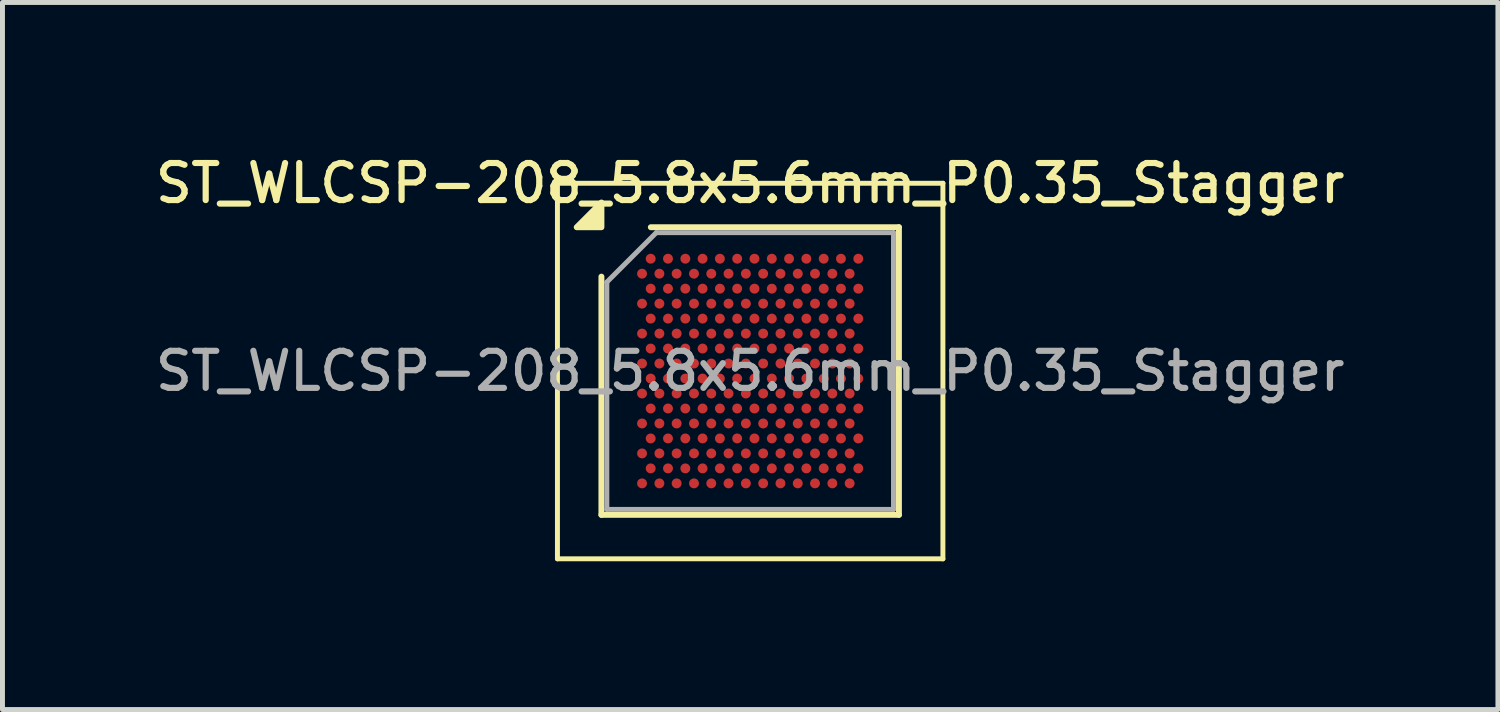
<source format=kicad_pcb>
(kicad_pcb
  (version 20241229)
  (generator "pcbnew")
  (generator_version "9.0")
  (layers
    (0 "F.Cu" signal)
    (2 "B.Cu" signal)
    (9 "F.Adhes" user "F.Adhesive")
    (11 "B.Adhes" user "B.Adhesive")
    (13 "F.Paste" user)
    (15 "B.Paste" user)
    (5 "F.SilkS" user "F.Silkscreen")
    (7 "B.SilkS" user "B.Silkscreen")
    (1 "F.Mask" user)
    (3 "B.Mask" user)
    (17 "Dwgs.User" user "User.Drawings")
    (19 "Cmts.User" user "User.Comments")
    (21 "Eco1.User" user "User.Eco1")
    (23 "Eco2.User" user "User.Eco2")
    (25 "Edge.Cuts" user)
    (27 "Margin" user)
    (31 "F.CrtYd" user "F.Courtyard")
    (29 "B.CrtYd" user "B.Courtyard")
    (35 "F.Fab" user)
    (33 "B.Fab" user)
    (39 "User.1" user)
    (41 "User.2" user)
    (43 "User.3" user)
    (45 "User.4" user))
  (footprint "ST_WLCSP-208_5.8x5.6mm_P0.35_Stagger"
    (layer "F.Cu")
    (at 12.13 4.458)
    (property "Reference" "ST_WLCSP-208_5.8x5.6mm_P0.35_Stagger" (at 0 -3.8 0) (layer "F.SilkS") (effects (font (size 0.75 0.75) (thickness 0.125))))
    (attr smd)
    (fp_line (start -3.9 -3.8) (end -3.9 3.8) (stroke (width 0.1) (type solid)) (layer "F.SilkS"))
    (fp_line (start -3.9 3.8) (end 3.9 3.8) (stroke (width 0.1) (type solid)) (layer "F.SilkS"))
    (fp_line (start -3.01 2.91) (end -3.01 -1.91) (stroke (width 0.12) (type solid)) (layer "F.SilkS"))
    (fp_line (start -2.01 -2.91) (end 3.01 -2.91) (stroke (width 0.12) (type solid)) (layer "F.SilkS"))
    (fp_line (start 3.01 -2.91) (end 3.01 2.91) (stroke (width 0.12) (type solid)) (layer "F.SilkS"))
    (fp_line (start 3.01 2.91) (end -3.01 2.91) (stroke (width 0.12) (type solid)) (layer "F.SilkS"))
    (fp_line (start 3.9 -3.8) (end -3.9 -3.8) (stroke (width 0.1) (type solid)) (layer "F.SilkS"))
    (fp_line (start 3.9 3.8) (end 3.9 -3.8) (stroke (width 0.1) (type solid)) (layer "F.SilkS"))
    (fp_poly (pts (xy -3.01 -2.91) (xy -3.51 -2.91) (xy -3.01 -3.41) (xy -3.01 -2.91)) (stroke (width 0.12) (type solid)) (fill yes) (layer "F.SilkS"))
    (fp_line (start -2.9 -1.8) (end -1.9 -2.8) (stroke (width 0.1) (type solid)) (layer "F.Fab"))
    (fp_line (start -2.9 2.8) (end -2.9 -1.8) (stroke (width 0.1) (type solid)) (layer "F.Fab"))
    (fp_line (start -1.9 -2.8) (end 2.9 -2.8) (stroke (width 0.1) (type solid)) (layer "F.Fab"))
    (fp_line (start 2.9 -2.8) (end 2.9 2.8) (stroke (width 0.1) (type solid)) (layer "F.Fab"))
    (fp_line (start 2.9 2.8) (end -2.9 2.8) (stroke (width 0.1) (type solid)) (layer "F.Fab"))
    (fp_text user "${REFERENCE}" (at 0 0 0) (layer "F.Fab") (effects (font (size 0.75 0.75) (thickness 0.125))))
    (pad "A2" smd circle (at -2.013 -2.273) (size 0.2 0.2) (property pad_prop_bga) (layers "F.Cu" "F.Mask" "F.Paste"))
    (pad "A4" smd circle (at -1.663 -2.273) (size 0.2 0.2) (property pad_prop_bga) (layers "F.Cu" "F.Mask" "F.Paste"))
    (pad "A6" smd circle (at -1.312 -2.273) (size 0.2 0.2) (property pad_prop_bga) (layers "F.Cu" "F.Mask" "F.Paste"))
    (pad "A8" smd circle (at -0.963 -2.273) (size 0.2 0.2) (property pad_prop_bga) (layers "F.Cu" "F.Mask" "F.Paste"))
    (pad "A10" smd circle (at -0.613 -2.273) (size 0.2 0.2) (property pad_prop_bga) (layers "F.Cu" "F.Mask" "F.Paste"))
    (pad "A12" smd circle (at -0.263 -2.273) (size 0.2 0.2) (property pad_prop_bga) (layers "F.Cu" "F.Mask" "F.Paste"))
    (pad "A14" smd circle (at 0.087 -2.273) (size 0.2 0.2) (property pad_prop_bga) (layers "F.Cu" "F.Mask" "F.Paste"))
    (pad "A16" smd circle (at 0.438 -2.273) (size 0.2 0.2) (property pad_prop_bga) (layers "F.Cu" "F.Mask" "F.Paste"))
    (pad "A18" smd circle (at 0.787 -2.273) (size 0.2 0.2) (property pad_prop_bga) (layers "F.Cu" "F.Mask" "F.Paste"))
    (pad "A20" smd circle (at 1.137 -2.273) (size 0.2 0.2) (property pad_prop_bga) (layers "F.Cu" "F.Mask" "F.Paste"))
    (pad "A22" smd circle (at 1.488 -2.273) (size 0.2 0.2) (property pad_prop_bga) (layers "F.Cu" "F.Mask" "F.Paste"))
    (pad "A24" smd circle (at 1.837 -2.273) (size 0.2 0.2) (property pad_prop_bga) (layers "F.Cu" "F.Mask" "F.Paste"))
    (pad "A26" smd circle (at 2.188 -2.273) (size 0.2 0.2) (property pad_prop_bga) (layers "F.Cu" "F.Mask" "F.Paste"))
    (pad "B1" smd circle (at -2.188 -1.97) (size 0.2 0.2) (property pad_prop_bga) (layers "F.Cu" "F.Mask" "F.Paste"))
    (pad "B3" smd circle (at -1.837 -1.97) (size 0.2 0.2) (property pad_prop_bga) (layers "F.Cu" "F.Mask" "F.Paste"))
    (pad "B5" smd circle (at -1.488 -1.97) (size 0.2 0.2) (property pad_prop_bga) (layers "F.Cu" "F.Mask" "F.Paste"))
    (pad "B7" smd circle (at -1.137 -1.97) (size 0.2 0.2) (property pad_prop_bga) (layers "F.Cu" "F.Mask" "F.Paste"))
    (pad "B9" smd circle (at -0.787 -1.97) (size 0.2 0.2) (property pad_prop_bga) (layers "F.Cu" "F.Mask" "F.Paste"))
    (pad "B11" smd circle (at -0.438 -1.97) (size 0.2 0.2) (property pad_prop_bga) (layers "F.Cu" "F.Mask" "F.Paste"))
    (pad "B13" smd circle (at -0.087 -1.97) (size 0.2 0.2) (property pad_prop_bga) (layers "F.Cu" "F.Mask" "F.Paste"))
    (pad "B15" smd circle (at 0.263 -1.97) (size 0.2 0.2) (property pad_prop_bga) (layers "F.Cu" "F.Mask" "F.Paste"))
    (pad "B17" smd circle (at 0.613 -1.97) (size 0.2 0.2) (property pad_prop_bga) (layers "F.Cu" "F.Mask" "F.Paste"))
    (pad "B19" smd circle (at 0.963 -1.97) (size 0.2 0.2) (property pad_prop_bga) (layers "F.Cu" "F.Mask" "F.Paste"))
    (pad "B21" smd circle (at 1.312 -1.97) (size 0.2 0.2) (property pad_prop_bga) (layers "F.Cu" "F.Mask" "F.Paste"))
    (pad "B23" smd circle (at 1.663 -1.97) (size 0.2 0.2) (property pad_prop_bga) (layers "F.Cu" "F.Mask" "F.Paste"))
    (pad "B25" smd circle (at 2.013 -1.97) (size 0.2 0.2) (property pad_prop_bga) (layers "F.Cu" "F.Mask" "F.Paste"))
    (pad "C2" smd circle (at -2.013 -1.667) (size 0.2 0.2) (property pad_prop_bga) (layers "F.Cu" "F.Mask" "F.Paste"))
    (pad "C4" smd circle (at -1.663 -1.667) (size 0.2 0.2) (property pad_prop_bga) (layers "F.Cu" "F.Mask" "F.Paste"))
    (pad "C6" smd circle (at -1.312 -1.667) (size 0.2 0.2) (property pad_prop_bga) (layers "F.Cu" "F.Mask" "F.Paste"))
    (pad "C8" smd circle (at -0.963 -1.667) (size 0.2 0.2) (property pad_prop_bga) (layers "F.Cu" "F.Mask" "F.Paste"))
    (pad "C10" smd circle (at -0.613 -1.667) (size 0.2 0.2) (property pad_prop_bga) (layers "F.Cu" "F.Mask" "F.Paste"))
    (pad "C12" smd circle (at -0.263 -1.667) (size 0.2 0.2) (property pad_prop_bga) (layers "F.Cu" "F.Mask" "F.Paste"))
    (pad "C14" smd circle (at 0.087 -1.667) (size 0.2 0.2) (property pad_prop_bga) (layers "F.Cu" "F.Mask" "F.Paste"))
    (pad "C16" smd circle (at 0.438 -1.667) (size 0.2 0.2) (property pad_prop_bga) (layers "F.Cu" "F.Mask" "F.Paste"))
    (pad "C18" smd circle (at 0.787 -1.667) (size 0.2 0.2) (property pad_prop_bga) (layers "F.Cu" "F.Mask" "F.Paste"))
    (pad "C20" smd circle (at 1.137 -1.667) (size 0.2 0.2) (property pad_prop_bga) (layers "F.Cu" "F.Mask" "F.Paste"))
    (pad "C22" smd circle (at 1.488 -1.667) (size 0.2 0.2) (property pad_prop_bga) (layers "F.Cu" "F.Mask" "F.Paste"))
    (pad "C24" smd circle (at 1.837 -1.667) (size 0.2 0.2) (property pad_prop_bga) (layers "F.Cu" "F.Mask" "F.Paste"))
    (pad "C26" smd circle (at 2.188 -1.667) (size 0.2 0.2) (property pad_prop_bga) (layers "F.Cu" "F.Mask" "F.Paste"))
    (pad "D1" smd circle (at -2.188 -1.364) (size 0.2 0.2) (property pad_prop_bga) (layers "F.Cu" "F.Mask" "F.Paste"))
    (pad "D3" smd circle (at -1.837 -1.364) (size 0.2 0.2) (property pad_prop_bga) (layers "F.Cu" "F.Mask" "F.Paste"))
    (pad "D5" smd circle (at -1.488 -1.364) (size 0.2 0.2) (property pad_prop_bga) (layers "F.Cu" "F.Mask" "F.Paste"))
    (pad "D7" smd circle (at -1.137 -1.364) (size 0.2 0.2) (property pad_prop_bga) (layers "F.Cu" "F.Mask" "F.Paste"))
    (pad "D9" smd circle (at -0.787 -1.364) (size 0.2 0.2) (property pad_prop_bga) (layers "F.Cu" "F.Mask" "F.Paste"))
    (pad "D11" smd circle (at -0.438 -1.364) (size 0.2 0.2) (property pad_prop_bga) (layers "F.Cu" "F.Mask" "F.Paste"))
    (pad "D13" smd circle (at -0.087 -1.364) (size 0.2 0.2) (property pad_prop_bga) (layers "F.Cu" "F.Mask" "F.Paste"))
    (pad "D15" smd circle (at 0.263 -1.364) (size 0.2 0.2) (property pad_prop_bga) (layers "F.Cu" "F.Mask" "F.Paste"))
    (pad "D17" smd circle (at 0.613 -1.364) (size 0.2 0.2) (property pad_prop_bga) (layers "F.Cu" "F.Mask" "F.Paste"))
    (pad "D19" smd circle (at 0.963 -1.364) (size 0.2 0.2) (property pad_prop_bga) (layers "F.Cu" "F.Mask" "F.Paste"))
    (pad "D21" smd circle (at 1.312 -1.364) (size 0.2 0.2) (property pad_prop_bga) (layers "F.Cu" "F.Mask" "F.Paste"))
    (pad "D23" smd circle (at 1.663 -1.364) (size 0.2 0.2) (property pad_prop_bga) (layers "F.Cu" "F.Mask" "F.Paste"))
    (pad "D25" smd circle (at 2.013 -1.364) (size 0.2 0.2) (property pad_prop_bga) (layers "F.Cu" "F.Mask" "F.Paste"))
    (pad "E2" smd circle (at -2.013 -1.061) (size 0.2 0.2) (property pad_prop_bga) (layers "F.Cu" "F.Mask" "F.Paste"))
    (pad "E4" smd circle (at -1.663 -1.061) (size 0.2 0.2) (property pad_prop_bga) (layers "F.Cu" "F.Mask" "F.Paste"))
    (pad "E6" smd circle (at -1.312 -1.061) (size 0.2 0.2) (property pad_prop_bga) (layers "F.Cu" "F.Mask" "F.Paste"))
    (pad "E8" smd circle (at -0.963 -1.061) (size 0.2 0.2) (property pad_prop_bga) (layers "F.Cu" "F.Mask" "F.Paste"))
    (pad "E10" smd circle (at -0.613 -1.061) (size 0.2 0.2) (property pad_prop_bga) (layers "F.Cu" "F.Mask" "F.Paste"))
    (pad "E12" smd circle (at -0.263 -1.061) (size 0.2 0.2) (property pad_prop_bga) (layers "F.Cu" "F.Mask" "F.Paste"))
    (pad "E14" smd circle (at 0.087 -1.061) (size 0.2 0.2) (property pad_prop_bga) (layers "F.Cu" "F.Mask" "F.Paste"))
    (pad "E16" smd circle (at 0.438 -1.061) (size 0.2 0.2) (property pad_prop_bga) (layers "F.Cu" "F.Mask" "F.Paste"))
    (pad "E18" smd circle (at 0.787 -1.061) (size 0.2 0.2) (property pad_prop_bga) (layers "F.Cu" "F.Mask" "F.Paste"))
    (pad "E20" smd circle (at 1.137 -1.061) (size 0.2 0.2) (property pad_prop_bga) (layers "F.Cu" "F.Mask" "F.Paste"))
    (pad "E22" smd circle (at 1.488 -1.061) (size 0.2 0.2) (property pad_prop_bga) (layers "F.Cu" "F.Mask" "F.Paste"))
    (pad "E24" smd circle (at 1.837 -1.061) (size 0.2 0.2) (property pad_prop_bga) (layers "F.Cu" "F.Mask" "F.Paste"))
    (pad "E26" smd circle (at 2.188 -1.061) (size 0.2 0.2) (property pad_prop_bga) (layers "F.Cu" "F.Mask" "F.Paste"))
    (pad "F1" smd circle (at -2.188 -0.758) (size 0.2 0.2) (property pad_prop_bga) (layers "F.Cu" "F.Mask" "F.Paste"))
    (pad "F3" smd circle (at -1.837 -0.758) (size 0.2 0.2) (property pad_prop_bga) (layers "F.Cu" "F.Mask" "F.Paste"))
    (pad "F5" smd circle (at -1.488 -0.758) (size 0.2 0.2) (property pad_prop_bga) (layers "F.Cu" "F.Mask" "F.Paste"))
    (pad "F7" smd circle (at -1.137 -0.758) (size 0.2 0.2) (property pad_prop_bga) (layers "F.Cu" "F.Mask" "F.Paste"))
    (pad "F9" smd circle (at -0.787 -0.758) (size 0.2 0.2) (property pad_prop_bga) (layers "F.Cu" "F.Mask" "F.Paste"))
    (pad "F11" smd circle (at -0.438 -0.758) (size 0.2 0.2) (property pad_prop_bga) (layers "F.Cu" "F.Mask" "F.Paste"))
    (pad "F13" smd circle (at -0.087 -0.758) (size 0.2 0.2) (property pad_prop_bga) (layers "F.Cu" "F.Mask" "F.Paste"))
    (pad "F15" smd circle (at 0.263 -0.758) (size 0.2 0.2) (property pad_prop_bga) (layers "F.Cu" "F.Mask" "F.Paste"))
    (pad "F17" smd circle (at 0.613 -0.758) (size 0.2 0.2) (property pad_prop_bga) (layers "F.Cu" "F.Mask" "F.Paste"))
    (pad "F19" smd circle (at 0.963 -0.758) (size 0.2 0.2) (property pad_prop_bga) (layers "F.Cu" "F.Mask" "F.Paste"))
    (pad "F21" smd circle (at 1.312 -0.758) (size 0.2 0.2) (property pad_prop_bga) (layers "F.Cu" "F.Mask" "F.Paste"))
    (pad "F23" smd circle (at 1.663 -0.758) (size 0.2 0.2) (property pad_prop_bga) (layers "F.Cu" "F.Mask" "F.Paste"))
    (pad "F25" smd circle (at 2.013 -0.758) (size 0.2 0.2) (property pad_prop_bga) (layers "F.Cu" "F.Mask" "F.Paste"))
    (pad "G2" smd circle (at -2.013 -0.455) (size 0.2 0.2) (property pad_prop_bga) (layers "F.Cu" "F.Mask" "F.Paste"))
    (pad "G4" smd circle (at -1.663 -0.455) (size 0.2 0.2) (property pad_prop_bga) (layers "F.Cu" "F.Mask" "F.Paste"))
    (pad "G6" smd circle (at -1.312 -0.455) (size 0.2 0.2) (property pad_prop_bga) (layers "F.Cu" "F.Mask" "F.Paste"))
    (pad "G8" smd circle (at -0.963 -0.455) (size 0.2 0.2) (property pad_prop_bga) (layers "F.Cu" "F.Mask" "F.Paste"))
    (pad "G10" smd circle (at -0.613 -0.455) (size 0.2 0.2) (property pad_prop_bga) (layers "F.Cu" "F.Mask" "F.Paste"))
    (pad "G12" smd circle (at -0.263 -0.455) (size 0.2 0.2) (property pad_prop_bga) (layers "F.Cu" "F.Mask" "F.Paste"))
    (pad "G14" smd circle (at 0.087 -0.455) (size 0.2 0.2) (property pad_prop_bga) (layers "F.Cu" "F.Mask" "F.Paste"))
    (pad "G16" smd circle (at 0.438 -0.455) (size 0.2 0.2) (property pad_prop_bga) (layers "F.Cu" "F.Mask" "F.Paste"))
    (pad "G18" smd circle (at 0.787 -0.455) (size 0.2 0.2) (property pad_prop_bga) (layers "F.Cu" "F.Mask" "F.Paste"))
    (pad "G20" smd circle (at 1.137 -0.455) (size 0.2 0.2) (property pad_prop_bga) (layers "F.Cu" "F.Mask" "F.Paste"))
    (pad "G22" smd circle (at 1.488 -0.455) (size 0.2 0.2) (property pad_prop_bga) (layers "F.Cu" "F.Mask" "F.Paste"))
    (pad "G24" smd circle (at 1.837 -0.455) (size 0.2 0.2) (property pad_prop_bga) (layers "F.Cu" "F.Mask" "F.Paste"))
    (pad "G26" smd circle (at 2.188 -0.455) (size 0.2 0.2) (property pad_prop_bga) (layers "F.Cu" "F.Mask" "F.Paste"))
    (pad "H1" smd circle (at -2.188 -0.152) (size 0.2 0.2) (property pad_prop_bga) (layers "F.Cu" "F.Mask" "F.Paste"))
    (pad "H3" smd circle (at -1.837 -0.152) (size 0.2 0.2) (property pad_prop_bga) (layers "F.Cu" "F.Mask" "F.Paste"))
    (pad "H5" smd circle (at -1.488 -0.152) (size 0.2 0.2) (property pad_prop_bga) (layers "F.Cu" "F.Mask" "F.Paste"))
    (pad "H7" smd circle (at -1.137 -0.152) (size 0.2 0.2) (property pad_prop_bga) (layers "F.Cu" "F.Mask" "F.Paste"))
    (pad "H9" smd circle (at -0.787 -0.152) (size 0.2 0.2) (property pad_prop_bga) (layers "F.Cu" "F.Mask" "F.Paste"))
    (pad "H11" smd circle (at -0.438 -0.152) (size 0.2 0.2) (property pad_prop_bga) (layers "F.Cu" "F.Mask" "F.Paste"))
    (pad "H13" smd circle (at -0.087 -0.152) (size 0.2 0.2) (property pad_prop_bga) (layers "F.Cu" "F.Mask" "F.Paste"))
    (pad "H15" smd circle (at 0.263 -0.152) (size 0.2 0.2) (property pad_prop_bga) (layers "F.Cu" "F.Mask" "F.Paste"))
    (pad "H17" smd circle (at 0.613 -0.152) (size 0.2 0.2) (property pad_prop_bga) (layers "F.Cu" "F.Mask" "F.Paste"))
    (pad "H19" smd circle (at 0.963 -0.152) (size 0.2 0.2) (property pad_prop_bga) (layers "F.Cu" "F.Mask" "F.Paste"))
    (pad "H21" smd circle (at 1.312 -0.152) (size 0.2 0.2) (property pad_prop_bga) (layers "F.Cu" "F.Mask" "F.Paste"))
    (pad "H23" smd circle (at 1.663 -0.152) (size 0.2 0.2) (property pad_prop_bga) (layers "F.Cu" "F.Mask" "F.Paste"))
    (pad "H25" smd circle (at 2.013 -0.152) (size 0.2 0.2) (property pad_prop_bga) (layers "F.Cu" "F.Mask" "F.Paste"))
    (pad "J2" smd circle (at -2.013 0.152) (size 0.2 0.2) (property pad_prop_bga) (layers "F.Cu" "F.Mask" "F.Paste"))
    (pad "J4" smd circle (at -1.663 0.152) (size 0.2 0.2) (property pad_prop_bga) (layers "F.Cu" "F.Mask" "F.Paste"))
    (pad "J6" smd circle (at -1.312 0.152) (size 0.2 0.2) (property pad_prop_bga) (layers "F.Cu" "F.Mask" "F.Paste"))
    (pad "J8" smd circle (at -0.963 0.152) (size 0.2 0.2) (property pad_prop_bga) (layers "F.Cu" "F.Mask" "F.Paste"))
    (pad "J10" smd circle (at -0.613 0.152) (size 0.2 0.2) (property pad_prop_bga) (layers "F.Cu" "F.Mask" "F.Paste"))
    (pad "J12" smd circle (at -0.263 0.152) (size 0.2 0.2) (property pad_prop_bga) (layers "F.Cu" "F.Mask" "F.Paste"))
    (pad "J14" smd circle (at 0.087 0.152) (size 0.2 0.2) (property pad_prop_bga) (layers "F.Cu" "F.Mask" "F.Paste"))
    (pad "J16" smd circle (at 0.438 0.152) (size 0.2 0.2) (property pad_prop_bga) (layers "F.Cu" "F.Mask" "F.Paste"))
    (pad "J18" smd circle (at 0.787 0.152) (size 0.2 0.2) (property pad_prop_bga) (layers "F.Cu" "F.Mask" "F.Paste"))
    (pad "J20" smd circle (at 1.137 0.152) (size 0.2 0.2) (property pad_prop_bga) (layers "F.Cu" "F.Mask" "F.Paste"))
    (pad "J22" smd circle (at 1.488 0.152) (size 0.2 0.2) (property pad_prop_bga) (layers "F.Cu" "F.Mask" "F.Paste"))
    (pad "J24" smd circle (at 1.837 0.152) (size 0.2 0.2) (property pad_prop_bga) (layers "F.Cu" "F.Mask" "F.Paste"))
    (pad "J26" smd circle (at 2.188 0.152) (size 0.2 0.2) (property pad_prop_bga) (layers "F.Cu" "F.Mask" "F.Paste"))
    (pad "K1" smd circle (at -2.188 0.455) (size 0.2 0.2) (property pad_prop_bga) (layers "F.Cu" "F.Mask" "F.Paste"))
    (pad "K3" smd circle (at -1.837 0.455) (size 0.2 0.2) (property pad_prop_bga) (layers "F.Cu" "F.Mask" "F.Paste"))
    (pad "K5" smd circle (at -1.488 0.455) (size 0.2 0.2) (property pad_prop_bga) (layers "F.Cu" "F.Mask" "F.Paste"))
    (pad "K7" smd circle (at -1.137 0.455) (size 0.2 0.2) (property pad_prop_bga) (layers "F.Cu" "F.Mask" "F.Paste"))
    (pad "K9" smd circle (at -0.787 0.455) (size 0.2 0.2) (property pad_prop_bga) (layers "F.Cu" "F.Mask" "F.Paste"))
    (pad "K11" smd circle (at -0.438 0.455) (size 0.2 0.2) (property pad_prop_bga) (layers "F.Cu" "F.Mask" "F.Paste"))
    (pad "K13" smd circle (at -0.087 0.455) (size 0.2 0.2) (property pad_prop_bga) (layers "F.Cu" "F.Mask" "F.Paste"))
    (pad "K15" smd circle (at 0.263 0.455) (size 0.2 0.2) (property pad_prop_bga) (layers "F.Cu" "F.Mask" "F.Paste"))
    (pad "K17" smd circle (at 0.613 0.455) (size 0.2 0.2) (property pad_prop_bga) (layers "F.Cu" "F.Mask" "F.Paste"))
    (pad "K19" smd circle (at 0.963 0.455) (size 0.2 0.2) (property pad_prop_bga) (layers "F.Cu" "F.Mask" "F.Paste"))
    (pad "K21" smd circle (at 1.312 0.455) (size 0.2 0.2) (property pad_prop_bga) (layers "F.Cu" "F.Mask" "F.Paste"))
    (pad "K23" smd circle (at 1.663 0.455) (size 0.2 0.2) (property pad_prop_bga) (layers "F.Cu" "F.Mask" "F.Paste"))
    (pad "K25" smd circle (at 2.013 0.455) (size 0.2 0.2) (property pad_prop_bga) (layers "F.Cu" "F.Mask" "F.Paste"))
    (pad "L2" smd circle (at -2.013 0.758) (size 0.2 0.2) (property pad_prop_bga) (layers "F.Cu" "F.Mask" "F.Paste"))
    (pad "L4" smd circle (at -1.663 0.758) (size 0.2 0.2) (property pad_prop_bga) (layers "F.Cu" "F.Mask" "F.Paste"))
    (pad "L6" smd circle (at -1.312 0.758) (size 0.2 0.2) (property pad_prop_bga) (layers "F.Cu" "F.Mask" "F.Paste"))
    (pad "L8" smd circle (at -0.963 0.758) (size 0.2 0.2) (property pad_prop_bga) (layers "F.Cu" "F.Mask" "F.Paste"))
    (pad "L10" smd circle (at -0.613 0.758) (size 0.2 0.2) (property pad_prop_bga) (layers "F.Cu" "F.Mask" "F.Paste"))
    (pad "L12" smd circle (at -0.263 0.758) (size 0.2 0.2) (property pad_prop_bga) (layers "F.Cu" "F.Mask" "F.Paste"))
    (pad "L14" smd circle (at 0.087 0.758) (size 0.2 0.2) (property pad_prop_bga) (layers "F.Cu" "F.Mask" "F.Paste"))
    (pad "L16" smd circle (at 0.438 0.758) (size 0.2 0.2) (property pad_prop_bga) (layers "F.Cu" "F.Mask" "F.Paste"))
    (pad "L18" smd circle (at 0.787 0.758) (size 0.2 0.2) (property pad_prop_bga) (layers "F.Cu" "F.Mask" "F.Paste"))
    (pad "L20" smd circle (at 1.137 0.758) (size 0.2 0.2) (property pad_prop_bga) (layers "F.Cu" "F.Mask" "F.Paste"))
    (pad "L22" smd circle (at 1.488 0.758) (size 0.2 0.2) (property pad_prop_bga) (layers "F.Cu" "F.Mask" "F.Paste"))
    (pad "L24" smd circle (at 1.837 0.758) (size 0.2 0.2) (property pad_prop_bga) (layers "F.Cu" "F.Mask" "F.Paste"))
    (pad "L26" smd circle (at 2.188 0.758) (size 0.2 0.2) (property pad_prop_bga) (layers "F.Cu" "F.Mask" "F.Paste"))
    (pad "M1" smd circle (at -2.188 1.061) (size 0.2 0.2) (property pad_prop_bga) (layers "F.Cu" "F.Mask" "F.Paste"))
    (pad "M3" smd circle (at -1.837 1.061) (size 0.2 0.2) (property pad_prop_bga) (layers "F.Cu" "F.Mask" "F.Paste"))
    (pad "M5" smd circle (at -1.488 1.061) (size 0.2 0.2) (property pad_prop_bga) (layers "F.Cu" "F.Mask" "F.Paste"))
    (pad "M7" smd circle (at -1.137 1.061) (size 0.2 0.2) (property pad_prop_bga) (layers "F.Cu" "F.Mask" "F.Paste"))
    (pad "M9" smd circle (at -0.787 1.061) (size 0.2 0.2) (property pad_prop_bga) (layers "F.Cu" "F.Mask" "F.Paste"))
    (pad "M11" smd circle (at -0.438 1.061) (size 0.2 0.2) (property pad_prop_bga) (layers "F.Cu" "F.Mask" "F.Paste"))
    (pad "M13" smd circle (at -0.087 1.061) (size 0.2 0.2) (property pad_prop_bga) (layers "F.Cu" "F.Mask" "F.Paste"))
    (pad "M15" smd circle (at 0.263 1.061) (size 0.2 0.2) (property pad_prop_bga) (layers "F.Cu" "F.Mask" "F.Paste"))
    (pad "M17" smd circle (at 0.613 1.061) (size 0.2 0.2) (property pad_prop_bga) (layers "F.Cu" "F.Mask" "F.Paste"))
    (pad "M19" smd circle (at 0.963 1.061) (size 0.2 0.2) (property pad_prop_bga) (layers "F.Cu" "F.Mask" "F.Paste"))
    (pad "M21" smd circle (at 1.312 1.061) (size 0.2 0.2) (property pad_prop_bga) (layers "F.Cu" "F.Mask" "F.Paste"))
    (pad "M23" smd circle (at 1.663 1.061) (size 0.2 0.2) (property pad_prop_bga) (layers "F.Cu" "F.Mask" "F.Paste"))
    (pad "M25" smd circle (at 2.013 1.061) (size 0.2 0.2) (property pad_prop_bga) (layers "F.Cu" "F.Mask" "F.Paste"))
    (pad "N2" smd circle (at -2.013 1.364) (size 0.2 0.2) (property pad_prop_bga) (layers "F.Cu" "F.Mask" "F.Paste"))
    (pad "N4" smd circle (at -1.663 1.364) (size 0.2 0.2) (property pad_prop_bga) (layers "F.Cu" "F.Mask" "F.Paste"))
    (pad "N6" smd circle (at -1.312 1.364) (size 0.2 0.2) (property pad_prop_bga) (layers "F.Cu" "F.Mask" "F.Paste"))
    (pad "N8" smd circle (at -0.963 1.364) (size 0.2 0.2) (property pad_prop_bga) (layers "F.Cu" "F.Mask" "F.Paste"))
    (pad "N10" smd circle (at -0.613 1.364) (size 0.2 0.2) (property pad_prop_bga) (layers "F.Cu" "F.Mask" "F.Paste"))
    (pad "N12" smd circle (at -0.263 1.364) (size 0.2 0.2) (property pad_prop_bga) (layers "F.Cu" "F.Mask" "F.Paste"))
    (pad "N14" smd circle (at 0.087 1.364) (size 0.2 0.2) (property pad_prop_bga) (layers "F.Cu" "F.Mask" "F.Paste"))
    (pad "N16" smd circle (at 0.438 1.364) (size 0.2 0.2) (property pad_prop_bga) (layers "F.Cu" "F.Mask" "F.Paste"))
    (pad "N18" smd circle (at 0.787 1.364) (size 0.2 0.2) (property pad_prop_bga) (layers "F.Cu" "F.Mask" "F.Paste"))
    (pad "N20" smd circle (at 1.137 1.364) (size 0.2 0.2) (property pad_prop_bga) (layers "F.Cu" "F.Mask" "F.Paste"))
    (pad "N22" smd circle (at 1.488 1.364) (size 0.2 0.2) (property pad_prop_bga) (layers "F.Cu" "F.Mask" "F.Paste"))
    (pad "N24" smd circle (at 1.837 1.364) (size 0.2 0.2) (property pad_prop_bga) (layers "F.Cu" "F.Mask" "F.Paste"))
    (pad "N26" smd circle (at 2.188 1.364) (size 0.2 0.2) (property pad_prop_bga) (layers "F.Cu" "F.Mask" "F.Paste"))
    (pad "P1" smd circle (at -2.188 1.667) (size 0.2 0.2) (property pad_prop_bga) (layers "F.Cu" "F.Mask" "F.Paste"))
    (pad "P3" smd circle (at -1.837 1.667) (size 0.2 0.2) (property pad_prop_bga) (layers "F.Cu" "F.Mask" "F.Paste"))
    (pad "P5" smd circle (at -1.488 1.667) (size 0.2 0.2) (property pad_prop_bga) (layers "F.Cu" "F.Mask" "F.Paste"))
    (pad "P7" smd circle (at -1.137 1.667) (size 0.2 0.2) (property pad_prop_bga) (layers "F.Cu" "F.Mask" "F.Paste"))
    (pad "P9" smd circle (at -0.787 1.667) (size 0.2 0.2) (property pad_prop_bga) (layers "F.Cu" "F.Mask" "F.Paste"))
    (pad "P11" smd circle (at -0.438 1.667) (size 0.2 0.2) (property pad_prop_bga) (layers "F.Cu" "F.Mask" "F.Paste"))
    (pad "P13" smd circle (at -0.087 1.667) (size 0.2 0.2) (property pad_prop_bga) (layers "F.Cu" "F.Mask" "F.Paste"))
    (pad "P15" smd circle (at 0.263 1.667) (size 0.2 0.2) (property pad_prop_bga) (layers "F.Cu" "F.Mask" "F.Paste"))
    (pad "P17" smd circle (at 0.613 1.667) (size 0.2 0.2) (property pad_prop_bga) (layers "F.Cu" "F.Mask" "F.Paste"))
    (pad "P19" smd circle (at 0.963 1.667) (size 0.2 0.2) (property pad_prop_bga) (layers "F.Cu" "F.Mask" "F.Paste"))
    (pad "P21" smd circle (at 1.312 1.667) (size 0.2 0.2) (property pad_prop_bga) (layers "F.Cu" "F.Mask" "F.Paste"))
    (pad "P23" smd circle (at 1.663 1.667) (size 0.2 0.2) (property pad_prop_bga) (layers "F.Cu" "F.Mask" "F.Paste"))
    (pad "P25" smd circle (at 2.013 1.667) (size 0.2 0.2) (property pad_prop_bga) (layers "F.Cu" "F.Mask" "F.Paste"))
    (pad "R2" smd circle (at -2.013 1.97) (size 0.2 0.2) (property pad_prop_bga) (layers "F.Cu" "F.Mask" "F.Paste"))
    (pad "R4" smd circle (at -1.663 1.97) (size 0.2 0.2) (property pad_prop_bga) (layers "F.Cu" "F.Mask" "F.Paste"))
    (pad "R6" smd circle (at -1.312 1.97) (size 0.2 0.2) (property pad_prop_bga) (layers "F.Cu" "F.Mask" "F.Paste"))
    (pad "R8" smd circle (at -0.963 1.97) (size 0.2 0.2) (property pad_prop_bga) (layers "F.Cu" "F.Mask" "F.Paste"))
    (pad "R10" smd circle (at -0.613 1.97) (size 0.2 0.2) (property pad_prop_bga) (layers "F.Cu" "F.Mask" "F.Paste"))
    (pad "R12" smd circle (at -0.263 1.97) (size 0.2 0.2) (property pad_prop_bga) (layers "F.Cu" "F.Mask" "F.Paste"))
    (pad "R14" smd circle (at 0.087 1.97) (size 0.2 0.2) (property pad_prop_bga) (layers "F.Cu" "F.Mask" "F.Paste"))
    (pad "R16" smd circle (at 0.438 1.97) (size 0.2 0.2) (property pad_prop_bga) (layers "F.Cu" "F.Mask" "F.Paste"))
    (pad "R18" smd circle (at 0.787 1.97) (size 0.2 0.2) (property pad_prop_bga) (layers "F.Cu" "F.Mask" "F.Paste"))
    (pad "R20" smd circle (at 1.137 1.97) (size 0.2 0.2) (property pad_prop_bga) (layers "F.Cu" "F.Mask" "F.Paste"))
    (pad "R22" smd circle (at 1.488 1.97) (size 0.2 0.2) (property pad_prop_bga) (layers "F.Cu" "F.Mask" "F.Paste"))
    (pad "R24" smd circle (at 1.837 1.97) (size 0.2 0.2) (property pad_prop_bga) (layers "F.Cu" "F.Mask" "F.Paste"))
    (pad "R26" smd circle (at 2.188 1.97) (size 0.2 0.2) (property pad_prop_bga) (layers "F.Cu" "F.Mask" "F.Paste"))
    (pad "T1" smd circle (at -2.188 2.273) (size 0.2 0.2) (property pad_prop_bga) (layers "F.Cu" "F.Mask" "F.Paste"))
    (pad "T3" smd circle (at -1.837 2.273) (size 0.2 0.2) (property pad_prop_bga) (layers "F.Cu" "F.Mask" "F.Paste"))
    (pad "T5" smd circle (at -1.488 2.273) (size 0.2 0.2) (property pad_prop_bga) (layers "F.Cu" "F.Mask" "F.Paste"))
    (pad "T7" smd circle (at -1.137 2.273) (size 0.2 0.2) (property pad_prop_bga) (layers "F.Cu" "F.Mask" "F.Paste"))
    (pad "T9" smd circle (at -0.787 2.273) (size 0.2 0.2) (property pad_prop_bga) (layers "F.Cu" "F.Mask" "F.Paste"))
    (pad "T11" smd circle (at -0.438 2.273) (size 0.2 0.2) (property pad_prop_bga) (layers "F.Cu" "F.Mask" "F.Paste"))
    (pad "T13" smd circle (at -0.087 2.273) (size 0.2 0.2) (property pad_prop_bga) (layers "F.Cu" "F.Mask" "F.Paste"))
    (pad "T15" smd circle (at 0.263 2.273) (size 0.2 0.2) (property pad_prop_bga) (layers "F.Cu" "F.Mask" "F.Paste"))
    (pad "T17" smd circle (at 0.613 2.273) (size 0.2 0.2) (property pad_prop_bga) (layers "F.Cu" "F.Mask" "F.Paste"))
    (pad "T19" smd circle (at 0.963 2.273) (size 0.2 0.2) (property pad_prop_bga) (layers "F.Cu" "F.Mask" "F.Paste"))
    (pad "T21" smd circle (at 1.312 2.273) (size 0.2 0.2) (property pad_prop_bga) (layers "F.Cu" "F.Mask" "F.Paste"))
    (pad "T23" smd circle (at 1.663 2.273) (size 0.2 0.2) (property pad_prop_bga) (layers "F.Cu" "F.Mask" "F.Paste"))
    (pad "T25" smd circle (at 2.013 2.273) (size 0.2 0.2) (property pad_prop_bga) (layers "F.Cu" "F.Mask" "F.Paste")))
  (gr_rect
    (start -3 -3)
    (end 27.261 11.308)
    (stroke (width 0.1) (type default))
    (fill no)
    (layer "Edge.Cuts")))
</source>
